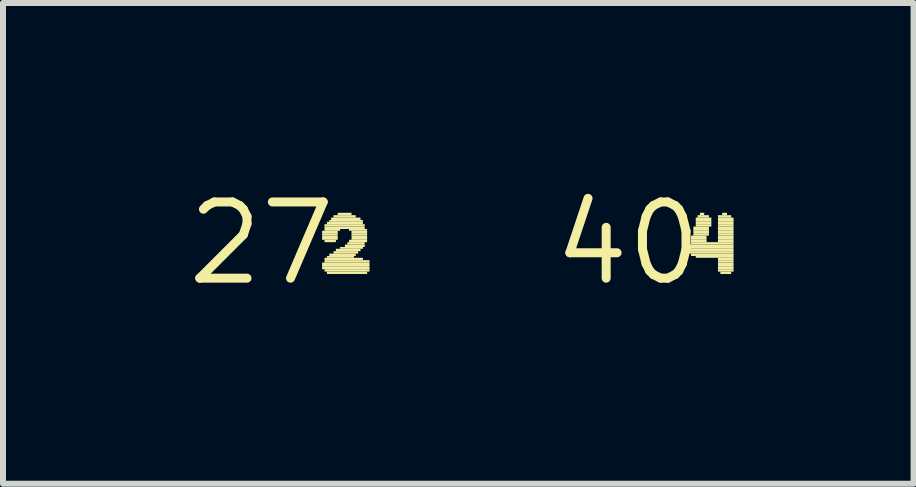
<source format=kicad_pcb>
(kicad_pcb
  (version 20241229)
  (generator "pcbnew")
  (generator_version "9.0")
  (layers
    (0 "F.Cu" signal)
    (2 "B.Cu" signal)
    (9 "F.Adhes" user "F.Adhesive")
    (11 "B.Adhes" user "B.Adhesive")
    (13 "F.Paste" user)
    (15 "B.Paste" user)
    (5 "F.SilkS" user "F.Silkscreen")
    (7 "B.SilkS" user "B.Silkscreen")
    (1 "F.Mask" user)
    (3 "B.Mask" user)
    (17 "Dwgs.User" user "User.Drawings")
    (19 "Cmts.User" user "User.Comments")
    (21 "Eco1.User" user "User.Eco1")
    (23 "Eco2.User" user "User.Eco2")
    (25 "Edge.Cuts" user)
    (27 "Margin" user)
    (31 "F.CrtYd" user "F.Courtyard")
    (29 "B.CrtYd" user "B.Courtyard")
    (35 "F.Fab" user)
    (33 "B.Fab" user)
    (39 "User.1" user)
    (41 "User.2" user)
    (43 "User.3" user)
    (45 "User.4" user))
  (footprint "40"
    (layer "F.Cu")
    (at 7.415 1.006)
    (property "Reference" "40" (at 0 0 0) (layer "F.SilkS") (effects (font (size 1.27 1.27) (thickness 0.15))))
    (fp_poly (pts (xy 1.01 0.06) (xy 1.76 0.06) (xy 1.76 0.02) (xy 1.01 0.02)) (stroke (width 0) (type solid)) (fill yes) (layer "F.SilkS"))
    (fp_poly (pts (xy 1.01 0.09) (xy 1.76 0.09) (xy 1.76 0.06) (xy 1.01 0.06)) (stroke (width 0) (type solid)) (fill yes) (layer "F.SilkS"))
    (fp_poly (pts (xy 1.01 0.13) (xy 1.76 0.13) (xy 1.76 0.09) (xy 1.01 0.09)) (stroke (width 0) (type solid)) (fill yes) (layer "F.SilkS"))
    (fp_poly (pts (xy 1.01 0.17) (xy 1.76 0.17) (xy 1.76 0.13) (xy 1.01 0.13)) (stroke (width 0) (type solid)) (fill yes) (layer "F.SilkS"))
    (fp_poly (pts (xy 1.05 -0.09) (xy 1.31 -0.09) (xy 1.31 -0.13) (xy 1.05 -0.13)) (stroke (width 0) (type solid)) (fill yes) (layer "F.SilkS"))
    (fp_poly (pts (xy 1.05 -0.06) (xy 1.31 -0.06) (xy 1.31 -0.09) (xy 1.05 -0.09)) (stroke (width 0) (type solid)) (fill yes) (layer "F.SilkS"))
    (fp_poly (pts (xy 1.05 -0.02) (xy 1.31 -0.02) (xy 1.31 -0.06) (xy 1.05 -0.06)) (stroke (width 0) (type solid)) (fill yes) (layer "F.SilkS"))
    (fp_poly (pts (xy 1.05 0.02) (xy 1.76 0.02) (xy 1.76 -0.02) (xy 1.05 -0.02)) (stroke (width 0) (type solid)) (fill yes) (layer "F.SilkS"))
    (fp_poly (pts (xy 1.05 0.21) (xy 1.76 0.21) (xy 1.76 0.17) (xy 1.05 0.17)) (stroke (width 0) (type solid)) (fill yes) (layer "F.SilkS"))
    (fp_poly (pts (xy 1.09 -0.24) (xy 1.35 -0.24) (xy 1.35 -0.28) (xy 1.09 -0.28)) (stroke (width 0) (type solid)) (fill yes) (layer "F.SilkS"))
    (fp_poly (pts (xy 1.09 -0.21) (xy 1.35 -0.21) (xy 1.35 -0.24) (xy 1.09 -0.24)) (stroke (width 0) (type solid)) (fill yes) (layer "F.SilkS"))
    (fp_poly (pts (xy 1.09 -0.17) (xy 1.35 -0.17) (xy 1.35 -0.21) (xy 1.09 -0.21)) (stroke (width 0) (type solid)) (fill yes) (layer "F.SilkS"))
    (fp_poly (pts (xy 1.09 -0.13) (xy 1.35 -0.13) (xy 1.35 -0.17) (xy 1.09 -0.17)) (stroke (width 0) (type solid)) (fill yes) (layer "F.SilkS"))
    (fp_poly (pts (xy 1.13 -0.39) (xy 1.39 -0.39) (xy 1.39 -0.43) (xy 1.13 -0.43)) (stroke (width 0) (type solid)) (fill yes) (layer "F.SilkS"))
    (fp_poly (pts (xy 1.13 -0.36) (xy 1.39 -0.36) (xy 1.39 -0.39) (xy 1.13 -0.39)) (stroke (width 0) (type solid)) (fill yes) (layer "F.SilkS"))
    (fp_poly (pts (xy 1.13 -0.32) (xy 1.39 -0.32) (xy 1.39 -0.36) (xy 1.13 -0.36)) (stroke (width 0) (type solid)) (fill yes) (layer "F.SilkS"))
    (fp_poly (pts (xy 1.13 -0.28) (xy 1.39 -0.28) (xy 1.39 -0.32) (xy 1.13 -0.32)) (stroke (width 0) (type solid)) (fill yes) (layer "F.SilkS"))
    (fp_poly (pts (xy 1.13 0.24) (xy 1.76 0.24) (xy 1.76 0.21) (xy 1.13 0.21)) (stroke (width 0) (type solid)) (fill yes) (layer "F.SilkS"))
    (fp_poly (pts (xy 1.16 -0.43) (xy 1.35 -0.43) (xy 1.35 -0.47) (xy 1.16 -0.47)) (stroke (width 0) (type solid)) (fill yes) (layer "F.SilkS"))
    (fp_poly (pts (xy 1.2 -0.47) (xy 1.27 -0.47) (xy 1.27 -0.51) (xy 1.2 -0.51)) (stroke (width 0) (type solid)) (fill yes) (layer "F.SilkS"))
    (fp_poly (pts (xy 1.5 -0.43) (xy 1.72 -0.43) (xy 1.72 -0.47) (xy 1.5 -0.47)) (stroke (width 0) (type solid)) (fill yes) (layer "F.SilkS"))
    (fp_poly (pts (xy 1.5 -0.39) (xy 1.76 -0.39) (xy 1.76 -0.43) (xy 1.5 -0.43)) (stroke (width 0) (type solid)) (fill yes) (layer "F.SilkS"))
    (fp_poly (pts (xy 1.5 -0.36) (xy 1.76 -0.36) (xy 1.76 -0.39) (xy 1.5 -0.39)) (stroke (width 0) (type solid)) (fill yes) (layer "F.SilkS"))
    (fp_poly (pts (xy 1.5 -0.32) (xy 1.76 -0.32) (xy 1.76 -0.36) (xy 1.5 -0.36)) (stroke (width 0) (type solid)) (fill yes) (layer "F.SilkS"))
    (fp_poly (pts (xy 1.5 -0.28) (xy 1.76 -0.28) (xy 1.76 -0.32) (xy 1.5 -0.32)) (stroke (width 0) (type solid)) (fill yes) (layer "F.SilkS"))
    (fp_poly (pts (xy 1.5 -0.24) (xy 1.76 -0.24) (xy 1.76 -0.28) (xy 1.5 -0.28)) (stroke (width 0) (type solid)) (fill yes) (layer "F.SilkS"))
    (fp_poly (pts (xy 1.5 -0.21) (xy 1.76 -0.21) (xy 1.76 -0.24) (xy 1.5 -0.24)) (stroke (width 0) (type solid)) (fill yes) (layer "F.SilkS"))
    (fp_poly (pts (xy 1.5 -0.17) (xy 1.76 -0.17) (xy 1.76 -0.21) (xy 1.5 -0.21)) (stroke (width 0) (type solid)) (fill yes) (layer "F.SilkS"))
    (fp_poly (pts (xy 1.5 -0.13) (xy 1.76 -0.13) (xy 1.76 -0.17) (xy 1.5 -0.17)) (stroke (width 0) (type solid)) (fill yes) (layer "F.SilkS"))
    (fp_poly (pts (xy 1.5 -0.09) (xy 1.76 -0.09) (xy 1.76 -0.13) (xy 1.5 -0.13)) (stroke (width 0) (type solid)) (fill yes) (layer "F.SilkS"))
    (fp_poly (pts (xy 1.5 -0.06) (xy 1.76 -0.06) (xy 1.76 -0.09) (xy 1.5 -0.09)) (stroke (width 0) (type solid)) (fill yes) (layer "F.SilkS"))
    (fp_poly (pts (xy 1.5 -0.02) (xy 1.76 -0.02) (xy 1.76 -0.06) (xy 1.5 -0.06)) (stroke (width 0) (type solid)) (fill yes) (layer "F.SilkS"))
    (fp_poly (pts (xy 1.5 0.28) (xy 1.76 0.28) (xy 1.76 0.24) (xy 1.5 0.24)) (stroke (width 0) (type solid)) (fill yes) (layer "F.SilkS"))
    (fp_poly (pts (xy 1.5 0.32) (xy 1.76 0.32) (xy 1.76 0.28) (xy 1.5 0.28)) (stroke (width 0) (type solid)) (fill yes) (layer "F.SilkS"))
    (fp_poly (pts (xy 1.5 0.36) (xy 1.76 0.36) (xy 1.76 0.32) (xy 1.5 0.32)) (stroke (width 0) (type solid)) (fill yes) (layer "F.SilkS"))
    (fp_poly (pts (xy 1.5 0.39) (xy 1.76 0.39) (xy 1.76 0.36) (xy 1.5 0.36)) (stroke (width 0) (type solid)) (fill yes) (layer "F.SilkS"))
    (fp_poly (pts (xy 1.5 0.43) (xy 1.76 0.43) (xy 1.76 0.39) (xy 1.5 0.39)) (stroke (width 0) (type solid)) (fill yes) (layer "F.SilkS"))
    (fp_poly (pts (xy 1.5 0.47) (xy 1.76 0.47) (xy 1.76 0.43) (xy 1.5 0.43)) (stroke (width 0) (type solid)) (fill yes) (layer "F.SilkS"))
    (fp_poly (pts (xy 1.54 0.51) (xy 1.72 0.51) (xy 1.72 0.47) (xy 1.54 0.47)) (stroke (width 0) (type solid)) (fill yes) (layer "F.SilkS"))
    (fp_poly (pts (xy 1.57 -0.47) (xy 1.65 -0.47) (xy 1.65 -0.51) (xy 1.57 -0.51)) (stroke (width 0) (type solid)) (fill yes) (layer "F.SilkS")))
  (footprint "27"
    (layer "F.Cu")
    (at 1.308 1.006)
    (property "Reference" "27" (at 0 0 0) (layer "F.SilkS") (effects (font (size 1.27 1.27) (thickness 0.15))))
    (fp_poly (pts (xy 1.01 -0.17) (xy 1.27 -0.17) (xy 1.27 -0.21) (xy 1.01 -0.21)) (stroke (width 0) (type solid)) (fill yes) (layer "F.SilkS"))
    (fp_poly (pts (xy 1.01 -0.13) (xy 1.27 -0.13) (xy 1.27 -0.17) (xy 1.01 -0.17)) (stroke (width 0) (type solid)) (fill yes) (layer "F.SilkS"))
    (fp_poly (pts (xy 1.01 -0.09) (xy 1.27 -0.09) (xy 1.27 -0.13) (xy 1.01 -0.13)) (stroke (width 0) (type solid)) (fill yes) (layer "F.SilkS"))
    (fp_poly (pts (xy 1.01 -0.06) (xy 1.27 -0.06) (xy 1.27 -0.09) (xy 1.01 -0.09)) (stroke (width 0) (type solid)) (fill yes) (layer "F.SilkS"))
    (fp_poly (pts (xy 1.01 0.36) (xy 1.8 0.36) (xy 1.8 0.32) (xy 1.01 0.32)) (stroke (width 0) (type solid)) (fill yes) (layer "F.SilkS"))
    (fp_poly (pts (xy 1.01 0.39) (xy 1.8 0.39) (xy 1.8 0.36) (xy 1.01 0.36)) (stroke (width 0) (type solid)) (fill yes) (layer "F.SilkS"))
    (fp_poly (pts (xy 1.01 0.43) (xy 1.8 0.43) (xy 1.8 0.39) (xy 1.01 0.39)) (stroke (width 0) (type solid)) (fill yes) (layer "F.SilkS"))
    (fp_poly (pts (xy 1.05 -0.28) (xy 1.72 -0.28) (xy 1.72 -0.32) (xy 1.05 -0.32)) (stroke (width 0) (type solid)) (fill yes) (layer "F.SilkS"))
    (fp_poly (pts (xy 1.05 -0.24) (xy 1.72 -0.24) (xy 1.72 -0.28) (xy 1.05 -0.28)) (stroke (width 0) (type solid)) (fill yes) (layer "F.SilkS"))
    (fp_poly (pts (xy 1.05 -0.21) (xy 1.31 -0.21) (xy 1.31 -0.24) (xy 1.05 -0.24)) (stroke (width 0) (type solid)) (fill yes) (layer "F.SilkS"))
    (fp_poly (pts (xy 1.05 -0.02) (xy 1.24 -0.02) (xy 1.24 -0.06) (xy 1.05 -0.06)) (stroke (width 0) (type solid)) (fill yes) (layer "F.SilkS"))
    (fp_poly (pts (xy 1.05 0.28) (xy 1.69 0.28) (xy 1.69 0.24) (xy 1.05 0.24)) (stroke (width 0) (type solid)) (fill yes) (layer "F.SilkS"))
    (fp_poly (pts (xy 1.05 0.32) (xy 1.8 0.32) (xy 1.8 0.28) (xy 1.05 0.28)) (stroke (width 0) (type solid)) (fill yes) (layer "F.SilkS"))
    (fp_poly (pts (xy 1.05 0.47) (xy 1.8 0.47) (xy 1.8 0.43) (xy 1.05 0.43)) (stroke (width 0) (type solid)) (fill yes) (layer "F.SilkS"))
    (fp_poly (pts (xy 1.09 -0.32) (xy 1.69 -0.32) (xy 1.69 -0.36) (xy 1.09 -0.36)) (stroke (width 0) (type solid)) (fill yes) (layer "F.SilkS"))
    (fp_poly (pts (xy 1.09 0.24) (xy 1.54 0.24) (xy 1.54 0.21) (xy 1.09 0.21)) (stroke (width 0) (type solid)) (fill yes) (layer "F.SilkS"))
    (fp_poly (pts (xy 1.09 0.51) (xy 1.76 0.51) (xy 1.76 0.47) (xy 1.09 0.47)) (stroke (width 0) (type solid)) (fill yes) (layer "F.SilkS"))
    (fp_poly (pts (xy 1.13 -0.36) (xy 1.69 -0.36) (xy 1.69 -0.39) (xy 1.13 -0.39)) (stroke (width 0) (type solid)) (fill yes) (layer "F.SilkS"))
    (fp_poly (pts (xy 1.13 0.21) (xy 1.57 0.21) (xy 1.57 0.17) (xy 1.13 0.17)) (stroke (width 0) (type solid)) (fill yes) (layer "F.SilkS"))
    (fp_poly (pts (xy 1.16 -0.39) (xy 1.65 -0.39) (xy 1.65 -0.43) (xy 1.16 -0.43)) (stroke (width 0) (type solid)) (fill yes) (layer "F.SilkS"))
    (fp_poly (pts (xy 1.2 -0.43) (xy 1.57 -0.43) (xy 1.57 -0.47) (xy 1.2 -0.47)) (stroke (width 0) (type solid)) (fill yes) (layer "F.SilkS"))
    (fp_poly (pts (xy 1.2 0.17) (xy 1.61 0.17) (xy 1.61 0.13) (xy 1.2 0.13)) (stroke (width 0) (type solid)) (fill yes) (layer "F.SilkS"))
    (fp_poly (pts (xy 1.24 0.13) (xy 1.65 0.13) (xy 1.65 0.09) (xy 1.24 0.09)) (stroke (width 0) (type solid)) (fill yes) (layer "F.SilkS"))
    (fp_poly (pts (xy 1.27 -0.47) (xy 1.5 -0.47) (xy 1.5 -0.51) (xy 1.27 -0.51)) (stroke (width 0) (type solid)) (fill yes) (layer "F.SilkS"))
    (fp_poly (pts (xy 1.31 0.09) (xy 1.69 0.09) (xy 1.69 0.06) (xy 1.31 0.06)) (stroke (width 0) (type solid)) (fill yes) (layer "F.SilkS"))
    (fp_poly (pts (xy 1.39 0.06) (xy 1.72 0.06) (xy 1.72 0.02) (xy 1.39 0.02)) (stroke (width 0) (type solid)) (fill yes) (layer "F.SilkS"))
    (fp_poly (pts (xy 1.43 0.02) (xy 1.72 0.02) (xy 1.72 -0.02) (xy 1.43 -0.02)) (stroke (width 0) (type solid)) (fill yes) (layer "F.SilkS"))
    (fp_poly (pts (xy 1.46 -0.21) (xy 1.76 -0.21) (xy 1.76 -0.24) (xy 1.46 -0.24)) (stroke (width 0) (type solid)) (fill yes) (layer "F.SilkS"))
    (fp_poly (pts (xy 1.46 -0.02) (xy 1.76 -0.02) (xy 1.76 -0.06) (xy 1.46 -0.06)) (stroke (width 0) (type solid)) (fill yes) (layer "F.SilkS"))
    (fp_poly (pts (xy 1.5 -0.17) (xy 1.76 -0.17) (xy 1.76 -0.21) (xy 1.5 -0.21)) (stroke (width 0) (type solid)) (fill yes) (layer "F.SilkS"))
    (fp_poly (pts (xy 1.5 -0.13) (xy 1.76 -0.13) (xy 1.76 -0.17) (xy 1.5 -0.17)) (stroke (width 0) (type solid)) (fill yes) (layer "F.SilkS"))
    (fp_poly (pts (xy 1.5 -0.09) (xy 1.76 -0.09) (xy 1.76 -0.13) (xy 1.5 -0.13)) (stroke (width 0) (type solid)) (fill yes) (layer "F.SilkS"))
    (fp_poly (pts (xy 1.5 -0.06) (xy 1.76 -0.06) (xy 1.76 -0.09) (xy 1.5 -0.09)) (stroke (width 0) (type solid)) (fill yes) (layer "F.SilkS")))
  (gr_rect
    (start -3 -3)
    (end 12.175 5.012)
    (stroke (width 0.1) (type default))
    (fill no)
    (layer "Edge.Cuts")))
</source>
